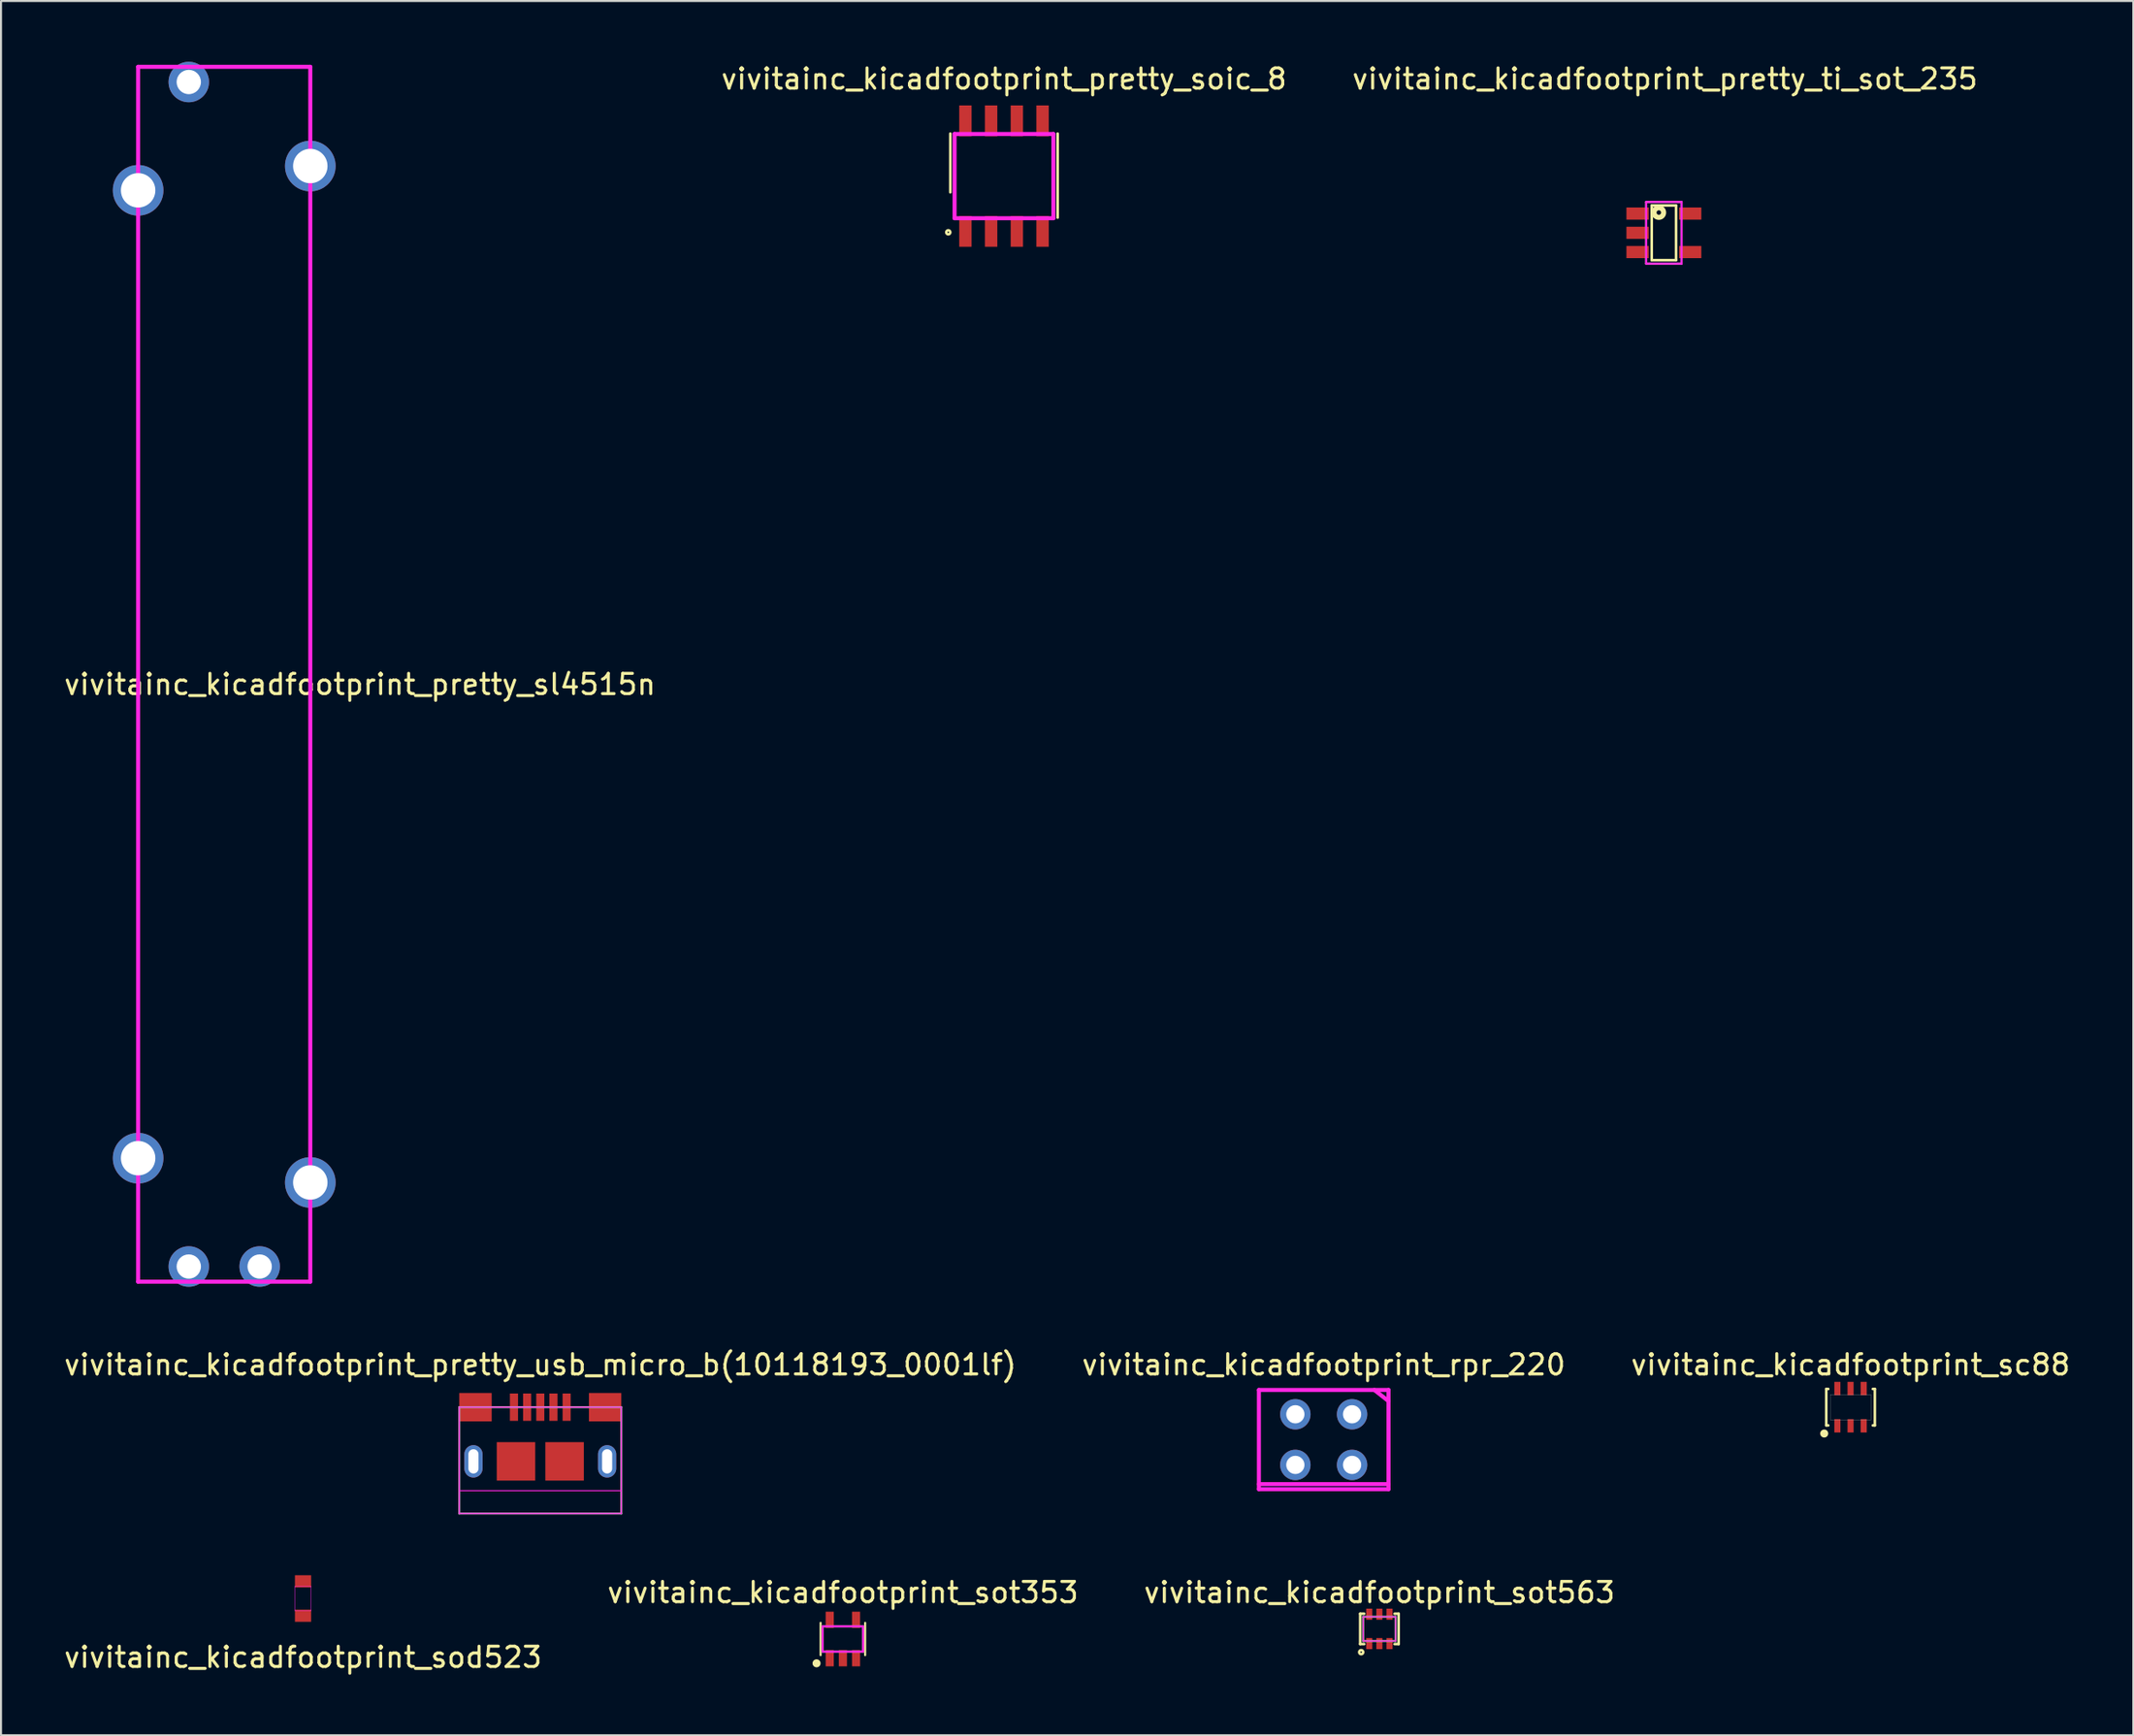
<source format=kicad_pcb>
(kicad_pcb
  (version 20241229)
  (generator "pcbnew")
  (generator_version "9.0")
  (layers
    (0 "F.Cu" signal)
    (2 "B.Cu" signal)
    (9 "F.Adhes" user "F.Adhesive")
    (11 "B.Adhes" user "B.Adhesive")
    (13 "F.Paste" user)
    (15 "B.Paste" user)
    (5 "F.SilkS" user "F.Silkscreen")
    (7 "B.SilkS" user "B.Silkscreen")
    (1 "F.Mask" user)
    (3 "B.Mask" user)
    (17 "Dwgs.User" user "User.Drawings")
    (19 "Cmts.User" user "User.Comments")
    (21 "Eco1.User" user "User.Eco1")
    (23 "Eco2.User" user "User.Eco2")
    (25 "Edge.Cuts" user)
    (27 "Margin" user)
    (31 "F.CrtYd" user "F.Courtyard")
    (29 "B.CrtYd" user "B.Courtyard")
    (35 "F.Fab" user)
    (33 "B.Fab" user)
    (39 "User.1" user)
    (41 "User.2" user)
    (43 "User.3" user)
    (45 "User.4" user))
  (footprint "vivitainc_kicadfootprint_sot353"
    (layer "F.Cu")
    (at 38.565 77.897)
    (property "Reference" "vivitainc_kicadfootprint_sot353" (at 0 -2.3 0) (layer "F.SilkS") (effects (font (size 1 1) (thickness 0.15))))
    (attr smd)
    (fp_line (start -1.1 -0.8) (end -1.1 0.8) (stroke (width 0.1) (type solid)) (layer "F.SilkS"))
    (fp_line (start 1.1 -0.8) (end 1.1 0.8) (stroke (width 0.1) (type solid)) (layer "F.SilkS"))
    (fp_circle (center -1.3 1.2) (end -1.3 1.3) (stroke (width 0.2) (type solid)) (fill no) (layer "F.SilkS"))
    (fp_line (start -1 -0.625) (end -1 0.625) (stroke (width 0.1) (type solid)) (layer "F.CrtYd"))
    (fp_line (start -1 0.625) (end 1 0.625) (stroke (width 0.1) (type solid)) (layer "F.CrtYd"))
    (fp_line (start 1 -0.625) (end -1 -0.625) (stroke (width 0.1) (type solid)) (layer "F.CrtYd"))
    (fp_line (start 1 0.625) (end 1 -0.625) (stroke (width 0.1) (type solid)) (layer "F.CrtYd"))
    (fp_line (start -1 -0.625) (end -1 0.625) (stroke (width 0.1) (type solid)) (layer "F.Fab"))
    (fp_line (start -1 0.625) (end 1 0.625) (stroke (width 0.1) (type solid)) (layer "F.Fab"))
    (fp_line (start 1 -0.625) (end -1 -0.625) (stroke (width 0.1) (type solid)) (layer "F.Fab"))
    (fp_line (start 1 0.625) (end 1 -0.625) (stroke (width 0.1) (type solid)) (layer "F.Fab"))
    (pad "1" smd rect (at -0.65 0.95) (size 0.4 0.8) (layers "F.Cu" "F.Mask" "F.Paste"))
    (pad "2" smd rect (at 0 0.95) (size 0.4 0.8) (layers "F.Cu" "F.Mask" "F.Paste"))
    (pad "3" smd rect (at 0.65 0.95) (size 0.4 0.8) (layers "F.Cu" "F.Mask" "F.Paste"))
    (pad "4" smd rect (at 0.65 -0.95) (size 0.4 0.8) (layers "F.Cu" "F.Mask" "F.Paste"))
    (pad "5" smd rect (at -0.65 -0.95) (size 0.4 0.8) (layers "F.Cu" "F.Mask" "F.Paste")))
  (footprint "vivitainc_kicadfootprint_pretty_usb_micro_b(10118193_0001lf)"
    (layer "F.Cu")
    (at 23.625 66.448)
    (property "Reference" "vivitainc_kicadfootprint_pretty_usb_micro_b(10118193_0001lf)" (at 0 -2.1 0) (layer "F.SilkS") (effects (font (size 1 1) (thickness 0.15))))
    (attr smd)
    (fp_line (start -4 0) (end -4 5.25) (stroke (width 0.05) (type solid)) (layer "F.CrtYd"))
    (fp_line (start -4 0) (end 4 0) (stroke (width 0.05) (type solid)) (layer "F.CrtYd"))
    (fp_line (start -4 4.125) (end 4 4.125) (stroke (width 0.05) (type solid)) (layer "F.CrtYd"))
    (fp_line (start -4 5.25) (end 4 5.25) (stroke (width 0.05) (type solid)) (layer "F.CrtYd"))
    (fp_line (start 4 0) (end 4 5.25) (stroke (width 0.05) (type solid)) (layer "F.CrtYd"))
    (fp_line (start -4 0) (end -4 5.25) (stroke (width 0.1) (type solid)) (layer "F.Fab"))
    (fp_line (start -4 0) (end 4 0) (stroke (width 0.1) (type solid)) (layer "F.Fab"))
    (fp_line (start -4 5.25) (end 4 5.25) (stroke (width 0.1) (type solid)) (layer "F.Fab"))
    (fp_line (start 4 0) (end 4 5.25) (stroke (width 0.1) (type solid)) (layer "F.Fab"))
    (pad "1" smd rect (at -1.3 0) (size 0.4 1.35) (layers "F.Cu" "F.Mask" "F.Paste"))
    (pad "2" smd rect (at -0.65 0) (size 0.4 1.35) (layers "F.Cu" "F.Mask" "F.Paste"))
    (pad "3" smd rect (at 0 0) (size 0.4 1.35) (layers "F.Cu" "F.Mask" "F.Paste"))
    (pad "4" smd rect (at 0.65 0) (size 0.4 1.35) (layers "F.Cu" "F.Mask" "F.Paste"))
    (pad "5" smd rect (at 1.3 0) (size 0.4 1.35) (layers "F.Cu" "F.Mask" "F.Paste"))
    (pad "6" smd rect (at -3.2 0) (size 1.6 1.4) (layers "F.Cu" "F.Mask" "F.Paste"))
    (pad "7" smd rect (at 3.2 0) (size 1.6 1.4) (layers "F.Cu" "F.Mask" "F.Paste"))
    (pad "8" thru_hole oval (at -3.3 2.675) (size 0.9 1.6) (drill oval 0.5 1.2) (layers "*.Cu" "*.Mask"))
    (pad "9" smd rect (at -1.2 2.675) (size 1.9 1.9) (layers "F.Cu" "F.Mask" "F.Paste"))
    (pad "10" smd rect (at 1.2 2.675) (size 1.9 1.9) (layers "F.Cu" "F.Mask" "F.Paste"))
    (pad "11" thru_hole oval (at 3.3 2.675) (size 0.9 1.6) (drill oval 0.5 1.2) (layers "*.Cu" "*.Mask")))
  (footprint "vivitainc_kicadfootprint_rpr_220"
    (layer "F.Cu")
    (at 62.304 68.048)
    (property "Reference" "vivitainc_kicadfootprint_rpr_220" (at 0 -3.7 0) (layer "F.SilkS") (effects (font (size 1 1) (thickness 0.15))))
    (attr through_hole)
    (fp_line (start -3.2 -2.45) (end -3.2 2.45) (stroke (width 0.2) (type solid)) (layer "F.CrtYd"))
    (fp_line (start -3.2 2.2) (end 3.2 2.2) (stroke (width 0.2) (type solid)) (layer "F.CrtYd"))
    (fp_line (start -3.2 2.45) (end 3.2 2.45) (stroke (width 0.2) (type solid)) (layer "F.CrtYd"))
    (fp_line (start 2.5 -2.45) (end 3.2 -1.9) (stroke (width 0.2) (type solid)) (layer "F.CrtYd"))
    (fp_line (start 3.2 -2.45) (end -3.2 -2.45) (stroke (width 0.2) (type solid)) (layer "F.CrtYd"))
    (fp_line (start 3.2 2.45) (end 3.2 -2.45) (stroke (width 0.2) (type solid)) (layer "F.CrtYd"))
    (pad "1" thru_hole circle (at -1.4 1.25) (size 1.5 1.5) (drill 0.9) (layers "*.Cu" "*.Mask"))
    (pad "2" thru_hole circle (at -1.4 -1.25) (size 1.5 1.5) (drill 0.9) (layers "*.Cu" "*.Mask"))
    (pad "3" thru_hole circle (at 1.4 -1.25) (size 1.5 1.5) (drill 0.9) (layers "*.Cu" "*.Mask"))
    (pad "4" thru_hole circle (at 1.4 1.25) (size 1.5 1.5) (drill 0.9) (layers "*.Cu" "*.Mask")))
  (footprint "vivitainc_kicadfootprint_sot563"
    (layer "F.Cu")
    (at 65.054 77.397)
    (property "Reference" "vivitainc_kicadfootprint_sot563" (at 0 -1.8 0) (layer "F.SilkS") (effects (font (size 1 1) (thickness 0.15))))
    (attr smd)
    (fp_line (start -0.95 -0.75) (end -0.75 -0.75) (stroke (width 0.127) (type solid)) (layer "F.SilkS"))
    (fp_line (start -0.95 0.75) (end -0.95 -0.75) (stroke (width 0.127) (type solid)) (layer "F.SilkS"))
    (fp_line (start -0.75 0.75) (end -0.95 0.75) (stroke (width 0.127) (type solid)) (layer "F.SilkS"))
    (fp_line (start 0.75 -0.75) (end 0.95 -0.75) (stroke (width 0.127) (type solid)) (layer "F.SilkS"))
    (fp_line (start 0.95 -0.75) (end 0.95 0.75) (stroke (width 0.127) (type solid)) (layer "F.SilkS"))
    (fp_line (start 0.95 0.75) (end 0.75 0.75) (stroke (width 0.127) (type solid)) (layer "F.SilkS"))
    (fp_circle (center -0.9 1.15) (end -0.9 1.05) (stroke (width 0.127) (type solid)) (fill no) (layer "F.SilkS"))
    (fp_line (start -0.8 -0.6) (end 0.8 -0.6) (stroke (width 0.05) (type solid)) (layer "F.CrtYd"))
    (fp_line (start -0.8 0.6) (end -0.8 -0.6) (stroke (width 0.05) (type solid)) (layer "F.CrtYd"))
    (fp_line (start 0.8 -0.6) (end 0.8 0.6) (stroke (width 0.05) (type solid)) (layer "F.CrtYd"))
    (fp_line (start 0.8 0.6) (end -0.8 0.6) (stroke (width 0.05) (type solid)) (layer "F.CrtYd"))
    (fp_line (start -0.8 -0.6) (end 0.8 -0.6) (stroke (width 0.1) (type solid)) (layer "F.Fab"))
    (fp_line (start -0.8 0.6) (end -0.8 -0.6) (stroke (width 0.1) (type solid)) (layer "F.Fab"))
    (fp_line (start 0.8 -0.6) (end 0.8 0.6) (stroke (width 0.1) (type solid)) (layer "F.Fab"))
    (fp_line (start 0.8 0.6) (end -0.8 0.6) (stroke (width 0.1) (type solid)) (layer "F.Fab"))
    (pad "1" smd rect (at -0.5 0.725) (size 0.3 0.55) (layers "F.Cu" "F.Mask" "F.Paste"))
    (pad "2" smd rect (at 0 0.725) (size 0.3 0.55) (layers "F.Cu" "F.Mask" "F.Paste"))
    (pad "3" smd rect (at 0.5 0.725) (size 0.3 0.55) (layers "F.Cu" "F.Mask" "F.Paste"))
    (pad "4" smd rect (at 0.5 -0.725) (size 0.3 0.55) (layers "F.Cu" "F.Mask" "F.Paste"))
    (pad "5" smd rect (at 0 -0.725) (size 0.3 0.55) (layers "F.Cu" "F.Mask" "F.Paste"))
    (pad "6" smd rect (at -0.5 -0.725) (size 0.3 0.55) (layers "F.Cu" "F.Mask" "F.Paste")))
  (footprint "vivitainc_kicadfootprint_sc88"
    (layer "F.Cu")
    (at 88.315 66.448)
    (property "Reference" "vivitainc_kicadfootprint_sc88" (at 0 -2.1 0) (layer "F.SilkS") (effects (font (size 1 1) (thickness 0.15))))
    (attr smd)
    (fp_line (start -1.2 -0.9) (end -1.2 0.9) (stroke (width 0.127) (type solid)) (layer "F.SilkS"))
    (fp_line (start -1.2 -0.9) (end -1.1 -0.9) (stroke (width 0.127) (type solid)) (layer "F.SilkS"))
    (fp_line (start -1.2 0.9) (end -1.1 0.9) (stroke (width 0.127) (type solid)) (layer "F.SilkS"))
    (fp_line (start 1.2 -0.9) (end 1.1 -0.9) (stroke (width 0.127) (type solid)) (layer "F.SilkS"))
    (fp_line (start 1.2 -0.9) (end 1.2 0.9) (stroke (width 0.127) (type solid)) (layer "F.SilkS"))
    (fp_line (start 1.2 0.9) (end 1.1 0.9) (stroke (width 0.127) (type solid)) (layer "F.SilkS"))
    (fp_circle (center -1.3 1.3) (end -1.3 1.2) (stroke (width 0.2) (type solid)) (fill no) (layer "F.SilkS"))
    (fp_line (start -1 -0.625) (end 1 -0.625) (stroke (width 0.01) (type solid)) (layer "F.Fab"))
    (fp_line (start -1 0.625) (end -1 -0.625) (stroke (width 0.01) (type solid)) (layer "F.Fab"))
    (fp_line (start 1 -0.625) (end 1 0.625) (stroke (width 0.01) (type solid)) (layer "F.Fab"))
    (fp_line (start 1 0.625) (end -1 0.625) (stroke (width 0.01) (type solid)) (layer "F.Fab"))
    (pad "1" smd rect (at -0.65 0.92) (size 0.3 0.66) (layers "F.Cu" "F.Mask" "F.Paste"))
    (pad "2" smd rect (at 0 0.92) (size 0.3 0.66) (layers "F.Cu" "F.Mask" "F.Paste"))
    (pad "3" smd rect (at 0.65 0.92) (size 0.3 0.66) (layers "F.Cu" "F.Mask" "F.Paste"))
    (pad "4" smd rect (at 0.65 -0.92) (size 0.3 0.66) (layers "F.Cu" "F.Mask" "F.Paste"))
    (pad "5" smd rect (at 0 -0.92) (size 0.3 0.66) (layers "F.Cu" "F.Mask" "F.Paste"))
    (pad "6" smd rect (at -0.65 -0.92) (size 0.3 0.66) (layers "F.Cu" "F.Mask" "F.Paste")))
  (footprint "vivitainc_kicadfootprint_sod523"
    (layer "F.Cu")
    (at 11.911 75.898)
    (property "Reference" "vivitainc_kicadfootprint_sod523" (at 0 2.9 0) (layer "F.SilkS") (effects (font (size 1 1) (thickness 0.15))))
    (attr smd)
    (fp_line (start -0.4 -0.6) (end 0.4 -0.6) (stroke (width 0.02) (type solid)) (layer "F.CrtYd"))
    (fp_line (start -0.4 0.6) (end -0.4 -0.6) (stroke (width 0.02) (type solid)) (layer "F.CrtYd"))
    (fp_line (start 0.4 -0.6) (end 0.4 0.6) (stroke (width 0.02) (type solid)) (layer "F.CrtYd"))
    (fp_line (start 0.4 0.6) (end -0.4 0.6) (stroke (width 0.02) (type solid)) (layer "F.CrtYd"))
    (pad "1" smd rect (at 0 -0.85) (size 0.8 0.6) (layers "F.Cu" "F.Mask" "F.Paste"))
    (pad "2" smd rect (at 0 0.85) (size 0.8 0.6) (layers "F.Cu" "F.Mask" "F.Paste")))
  (footprint "vivitainc_kicadfootprint_pretty_ti_sot_235"
    (layer "F.Cu")
    (at 79.099 8.448)
    (property "Reference" "vivitainc_kicadfootprint_pretty_ti_sot_235" (at 0.05 -7.6 0) (layer "F.SilkS") (effects (font (size 1 1) (thickness 0.15))))
    (attr through_hole)
    (fp_line (start -0.6 -1.35) (end 0.6 -1.35) (stroke (width 0.127) (type solid)) (layer "F.SilkS"))
    (fp_line (start -0.6 1.35) (end -0.6 -1.35) (stroke (width 0.127) (type solid)) (layer "F.SilkS"))
    (fp_line (start 0.6 -1.35) (end 0.6 1.35) (stroke (width 0.127) (type solid)) (layer "F.SilkS"))
    (fp_line (start 0.6 1.35) (end -0.6 1.35) (stroke (width 0.127) (type solid)) (layer "F.SilkS"))
    (fp_circle (center -0.25 -1) (end -0.2 -0.9) (stroke (width 0.25) (type solid)) (fill no) (layer "F.SilkS"))
    (fp_line (start -0.875 -1.525) (end -0.875 1.525) (stroke (width 0.1) (type solid)) (layer "F.CrtYd"))
    (fp_line (start -0.875 -1.525) (end 0.875 -1.525) (stroke (width 0.1) (type solid)) (layer "F.CrtYd"))
    (fp_line (start -0.875 1.525) (end 0.875 1.525) (stroke (width 0.1) (type solid)) (layer "F.CrtYd"))
    (fp_line (start 0.875 1.525) (end 0.875 -1.525) (stroke (width 0.1) (type solid)) (layer "F.CrtYd"))
    (fp_line (start -0.875 -1.525) (end -0.875 1.525) (stroke (width 0.1) (type solid)) (layer "F.Fab"))
    (fp_line (start -0.875 -1.525) (end 0.875 -1.525) (stroke (width 0.1) (type solid)) (layer "F.Fab"))
    (fp_line (start -0.875 1.525) (end 0.875 1.525) (stroke (width 0.1) (type solid)) (layer "F.Fab"))
    (fp_line (start 0.875 1.525) (end 0.875 -1.525) (stroke (width 0.1) (type solid)) (layer "F.Fab"))
    (pad "1" smd rect (at -1.3 -0.95) (size 1.1 0.6) (layers "F.Cu" "F.Mask" "F.Paste"))
    (pad "2" smd rect (at -1.3 0) (size 1.1 0.6) (layers "F.Cu" "F.Mask" "F.Paste"))
    (pad "3" smd rect (at -1.3 0.95) (size 1.1 0.6) (layers "F.Cu" "F.Mask" "F.Paste"))
    (pad "4" smd rect (at 1.3 0.95) (size 1.1 0.6) (layers "F.Cu" "F.Mask" "F.Paste"))
    (pad "5" smd rect (at 1.3 -0.95) (size 1.1 0.6) (layers "F.Cu" "F.Mask" "F.Paste")))
  (footprint "vivitainc_kicadfootprint_pretty_sl4515n"
    (layer "F.Cu")
    (at 8.02 30.25)
    (property "Reference" "vivitainc_kicadfootprint_pretty_sl4515n" (at 6.7 0.5 0) (layer "F.SilkS") (effects (font (size 1 1) (thickness 0.15))))
    (attr through_hole)
    (fp_line (start -4.25 -30) (end 4.25 -30) (stroke (width 0.2) (type solid)) (layer "F.CrtYd"))
    (fp_line (start -4.25 30) (end -4.25 -30) (stroke (width 0.2) (type solid)) (layer "F.CrtYd"))
    (fp_line (start 4.25 -30) (end 4.25 30) (stroke (width 0.2) (type solid)) (layer "F.CrtYd"))
    (fp_line (start 4.25 30) (end -4.25 30) (stroke (width 0.2) (type solid)) (layer "F.CrtYd"))
    (pad "" thru_hole circle (at -4.25 -23.9) (size 2.5 2.5) (drill 1.7) (layers "*.Cu" "*.Mask"))
    (pad "" thru_hole circle (at -4.25 23.9) (size 2.5 2.5) (drill 1.7) (layers "*.Cu" "*.Mask"))
    (pad "" thru_hole circle (at 4.25 -25.1) (size 2.5 2.5) (drill 1.7) (layers "*.Cu" "*.Mask"))
    (pad "" thru_hole circle (at 4.25 25.1) (size 2.5 2.5) (drill 1.7) (layers "*.Cu" "*.Mask"))
    (pad "1" thru_hole circle (at -1.75 29.25) (size 2 2) (drill 1.2) (layers "*.Cu" "*.Mask"))
    (pad "2" thru_hole circle (at 1.75 29.25) (size 2 2) (drill 1.2) (layers "*.Cu" "*.Mask"))
    (pad "3" thru_hole circle (at -1.75 -29.25) (size 2 2) (drill 1.2) (layers "*.Cu" "*.Mask")))
  (footprint "vivitainc_kicadfootprint_pretty_soic_8"
    (layer "F.Cu")
    (at 46.518 5.648)
    (property "Reference" "vivitainc_kicadfootprint_pretty_soic_8" (at 0 -4.8 0) (layer "F.SilkS") (effects (font (size 1 1) (thickness 0.15))))
    (attr smd)
    (fp_line (start -2.65 -2.1) (end -2.65 0.8) (stroke (width 0.127) (type solid)) (layer "F.SilkS"))
    (fp_line (start 2.65 -2.1) (end 2.65 2.05) (stroke (width 0.127) (type solid)) (layer "F.SilkS"))
    (fp_circle (center -2.75 2.775) (end -2.75 2.675) (stroke (width 0.127) (type solid)) (fill no) (layer "F.SilkS"))
    (fp_line (start -2.44 -2.08) (end 2.44 -2.08) (stroke (width 0.2) (type solid)) (layer "F.CrtYd"))
    (fp_line (start -2.44 2.08) (end -2.44 -2.08) (stroke (width 0.2) (type solid)) (layer "F.CrtYd"))
    (fp_line (start 2.44 -2.08) (end 2.44 2.08) (stroke (width 0.2) (type solid)) (layer "F.CrtYd"))
    (fp_line (start 2.44 2.08) (end -2.44 2.08) (stroke (width 0.2) (type solid)) (layer "F.CrtYd"))
    (fp_line (start -2.44 -2.08) (end 2.44 -2.08) (stroke (width 0.1) (type solid)) (layer "F.Fab"))
    (fp_line (start -2.44 2.08) (end -2.44 -2.08) (stroke (width 0.1) (type solid)) (layer "F.Fab"))
    (fp_line (start 2.44 -2.08) (end 2.44 2.08) (stroke (width 0.1) (type solid)) (layer "F.Fab"))
    (fp_line (start 2.44 2.08) (end -2.44 2.08) (stroke (width 0.1) (type solid)) (layer "F.Fab"))
    (pad "1" smd rect (at -1.905 2.73) (size 0.61 1.52) (layers "F.Cu" "F.Mask" "F.Paste"))
    (pad "2" smd rect (at -0.635 2.73) (size 0.61 1.52) (layers "F.Cu" "F.Mask" "F.Paste"))
    (pad "3" smd rect (at 0.635 2.73) (size 0.61 1.52) (layers "F.Cu" "F.Mask" "F.Paste"))
    (pad "4" smd rect (at 1.905 2.73) (size 0.61 1.52) (layers "F.Cu" "F.Mask" "F.Paste"))
    (pad "5" smd rect (at 1.905 -2.73) (size 0.61 1.52) (layers "F.Cu" "F.Mask" "F.Paste"))
    (pad "6" smd rect (at 0.635 -2.73) (size 0.61 1.52) (layers "F.Cu" "F.Mask" "F.Paste"))
    (pad "7" smd rect (at -0.635 -2.73) (size 0.61 1.52) (layers "F.Cu" "F.Mask" "F.Paste"))
    (pad "8" smd rect (at -1.905 -2.73) (size 0.61 1.52) (layers "F.Cu" "F.Mask" "F.Paste")))
  (gr_rect
    (start -3 -3)
    (end 102.274 82.647)
    (stroke (width 0.1) (type default))
    (fill no)
    (layer "Edge.Cuts")))
</source>
